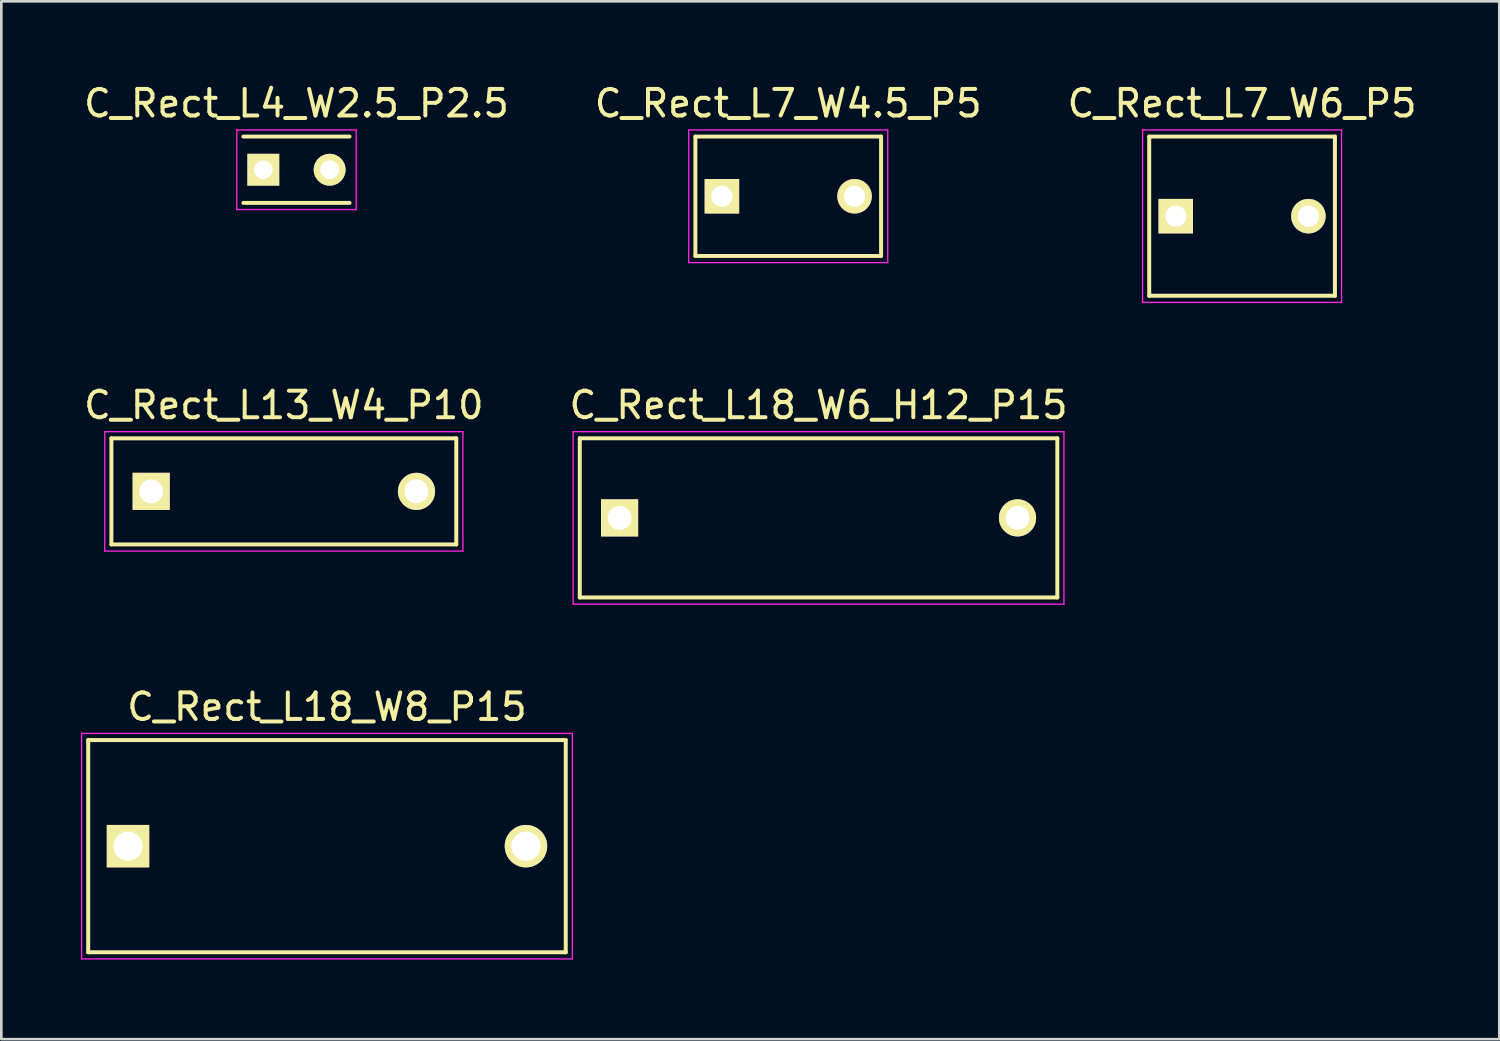
<source format=kicad_pcb>
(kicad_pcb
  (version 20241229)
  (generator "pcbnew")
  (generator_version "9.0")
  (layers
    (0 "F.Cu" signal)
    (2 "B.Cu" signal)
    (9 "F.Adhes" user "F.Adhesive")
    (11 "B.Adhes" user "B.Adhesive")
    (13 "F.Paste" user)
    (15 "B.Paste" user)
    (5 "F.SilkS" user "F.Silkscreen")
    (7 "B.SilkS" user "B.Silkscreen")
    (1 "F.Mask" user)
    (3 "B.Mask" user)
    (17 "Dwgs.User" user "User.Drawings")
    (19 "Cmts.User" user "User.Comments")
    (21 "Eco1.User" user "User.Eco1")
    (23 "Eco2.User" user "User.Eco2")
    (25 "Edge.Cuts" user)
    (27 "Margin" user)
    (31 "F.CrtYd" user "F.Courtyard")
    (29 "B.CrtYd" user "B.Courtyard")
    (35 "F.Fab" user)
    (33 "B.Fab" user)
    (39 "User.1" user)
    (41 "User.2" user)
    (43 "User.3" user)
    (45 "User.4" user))
  (footprint "C_Rect_L18_W8_P15"
    (layer "F.Cu")
    (at 1.775 28.845)
    (property "Reference" "C_Rect_L18_W8_P15" (at 7.5 -5.25 0) (layer "F.SilkS") (effects (font (size 1 1) (thickness 0.15))))
    (attr through_hole)
    (fp_line (start -1.5 -4) (end 16.5 -4) (stroke (width 0.15) (type solid)) (layer "F.SilkS"))
    (fp_line (start -1.5 4) (end -1.5 -4) (stroke (width 0.15) (type solid)) (layer "F.SilkS"))
    (fp_line (start 16.5 -4) (end 16.5 4) (stroke (width 0.15) (type solid)) (layer "F.SilkS"))
    (fp_line (start 16.5 4) (end -1.5 4) (stroke (width 0.15) (type solid)) (layer "F.SilkS"))
    (fp_line (start -1.75 -4.25) (end 16.75 -4.25) (stroke (width 0.05) (type solid)) (layer "F.CrtYd"))
    (fp_line (start -1.75 4.25) (end -1.75 -4.25) (stroke (width 0.05) (type solid)) (layer "F.CrtYd"))
    (fp_line (start 16.75 -4.25) (end 16.75 4.25) (stroke (width 0.05) (type solid)) (layer "F.CrtYd"))
    (fp_line (start 16.75 4.25) (end -1.75 4.25) (stroke (width 0.05) (type solid)) (layer "F.CrtYd"))
    (pad "1" thru_hole rect (at 0 0) (size 1.6 1.6) (drill 1.1) (layers "*.Cu" "*.Mask" "F.SilkS"))
    (pad "2" thru_hole circle (at 15 0) (size 1.6 1.6) (drill 1.1) (layers "*.Cu" "*.Mask" "F.SilkS")))
  (footprint "C_Rect_L7_W6_P5"
    (layer "F.Cu")
    (at 41.268 5.098)
    (property "Reference" "C_Rect_L7_W6_P5" (at 2.5 -4.25 0) (layer "F.SilkS") (effects (font (size 1 1) (thickness 0.15))))
    (attr through_hole)
    (fp_line (start -1 -3) (end 6 -3) (stroke (width 0.15) (type solid)) (layer "F.SilkS"))
    (fp_line (start -1 3) (end -1 -3) (stroke (width 0.15) (type solid)) (layer "F.SilkS"))
    (fp_line (start 6 -3) (end 6 3) (stroke (width 0.15) (type solid)) (layer "F.SilkS"))
    (fp_line (start 6 3) (end -1 3) (stroke (width 0.15) (type solid)) (layer "F.SilkS"))
    (fp_line (start -1.25 -3.25) (end 6.25 -3.25) (stroke (width 0.05) (type solid)) (layer "F.CrtYd"))
    (fp_line (start -1.25 3.25) (end -1.25 -3.25) (stroke (width 0.05) (type solid)) (layer "F.CrtYd"))
    (fp_line (start 6.25 -3.25) (end 6.25 3.25) (stroke (width 0.05) (type solid)) (layer "F.CrtYd"))
    (fp_line (start 6.25 3.25) (end -1.25 3.25) (stroke (width 0.05) (type solid)) (layer "F.CrtYd"))
    (pad "1" thru_hole rect (at 0 0) (size 1.3 1.3) (drill 0.8) (layers "*.Cu" "*.Mask" "F.SilkS"))
    (pad "2" thru_hole circle (at 5 0) (size 1.3 1.3) (drill 0.8) (layers "*.Cu" "*.Mask" "F.SilkS")))
  (footprint "C_Rect_L7_W4.5_P5"
    (layer "F.Cu")
    (at 24.161 4.348)
    (property "Reference" "C_Rect_L7_W4.5_P5" (at 2.5 -3.5 0) (layer "F.SilkS") (effects (font (size 1 1) (thickness 0.15))))
    (attr through_hole)
    (fp_line (start -1 -2.25) (end 6 -2.25) (stroke (width 0.15) (type solid)) (layer "F.SilkS"))
    (fp_line (start -1 2.25) (end -1 -2.25) (stroke (width 0.15) (type solid)) (layer "F.SilkS"))
    (fp_line (start 6 -2.25) (end 6 2.25) (stroke (width 0.15) (type solid)) (layer "F.SilkS"))
    (fp_line (start 6 2.25) (end -1 2.25) (stroke (width 0.15) (type solid)) (layer "F.SilkS"))
    (fp_line (start -1.25 -2.5) (end 6.25 -2.5) (stroke (width 0.05) (type solid)) (layer "F.CrtYd"))
    (fp_line (start -1.25 2.5) (end -1.25 -2.5) (stroke (width 0.05) (type solid)) (layer "F.CrtYd"))
    (fp_line (start 6.25 -2.5) (end 6.25 2.5) (stroke (width 0.05) (type solid)) (layer "F.CrtYd"))
    (fp_line (start 6.25 2.5) (end -1.25 2.5) (stroke (width 0.05) (type solid)) (layer "F.CrtYd"))
    (pad "1" thru_hole rect (at 0 0) (size 1.3 1.3) (drill 0.8) (layers "*.Cu" "*.Mask" "F.SilkS"))
    (pad "2" thru_hole circle (at 5 0) (size 1.3 1.3) (drill 0.8) (layers "*.Cu" "*.Mask" "F.SilkS")))
  (footprint "C_Rect_L18_W6_H12_P15"
    (layer "F.Cu")
    (at 20.304 16.471)
    (property "Reference" "C_Rect_L18_W6_H12_P15" (at 7.5 -4.25 0) (layer "F.SilkS") (effects (font (size 1 1) (thickness 0.15))))
    (attr through_hole)
    (fp_line (start -1.5 -3) (end 16.5 -3) (stroke (width 0.15) (type solid)) (layer "F.SilkS"))
    (fp_line (start -1.5 3) (end -1.5 -3) (stroke (width 0.15) (type solid)) (layer "F.SilkS"))
    (fp_line (start 16.5 -3) (end 16.5 3) (stroke (width 0.15) (type solid)) (layer "F.SilkS"))
    (fp_line (start 16.5 3) (end -1.5 3) (stroke (width 0.15) (type solid)) (layer "F.SilkS"))
    (fp_line (start -1.75 -3.25) (end 16.75 -3.25) (stroke (width 0.05) (type solid)) (layer "F.CrtYd"))
    (fp_line (start -1.75 3.25) (end -1.75 -3.25) (stroke (width 0.05) (type solid)) (layer "F.CrtYd"))
    (fp_line (start 16.75 -3.25) (end 16.75 3.25) (stroke (width 0.05) (type solid)) (layer "F.CrtYd"))
    (fp_line (start 16.75 3.25) (end -1.75 3.25) (stroke (width 0.05) (type solid)) (layer "F.CrtYd"))
    (pad "1" thru_hole rect (at 0 0) (size 1.4 1.4) (drill 0.9) (layers "*.Cu" "*.Mask" "F.SilkS"))
    (pad "2" thru_hole circle (at 15 0) (size 1.4 1.4) (drill 0.9) (layers "*.Cu" "*.Mask" "F.SilkS")))
  (footprint "C_Rect_L4_W2.5_P2.5"
    (layer "F.Cu")
    (at 6.875 3.348)
    (property "Reference" "C_Rect_L4_W2.5_P2.5" (at 1.25 -2.5 0) (layer "F.SilkS") (effects (font (size 1 1) (thickness 0.15))))
    (attr through_hole)
    (fp_line (start -0.75 -1.25) (end 3.25 -1.25) (stroke (width 0.15) (type solid)) (layer "F.SilkS"))
    (fp_line (start -0.75 1.25) (end 3.25 1.25) (stroke (width 0.15) (type solid)) (layer "F.SilkS"))
    (fp_line (start -1 -1.5) (end 3.5 -1.5) (stroke (width 0.05) (type solid)) (layer "F.CrtYd"))
    (fp_line (start -1 1.5) (end -1 -1.5) (stroke (width 0.05) (type solid)) (layer "F.CrtYd"))
    (fp_line (start 3.5 -1.5) (end 3.5 1.5) (stroke (width 0.05) (type solid)) (layer "F.CrtYd"))
    (fp_line (start 3.5 1.5) (end -1 1.5) (stroke (width 0.05) (type solid)) (layer "F.CrtYd"))
    (pad "1" thru_hole rect (at 0 0) (size 1.2 1.2) (drill 0.7) (layers "*.Cu" "*.Mask" "F.SilkS"))
    (pad "2" thru_hole circle (at 2.5 0) (size 1.2 1.2) (drill 0.7) (layers "*.Cu" "*.Mask" "F.SilkS")))
  (footprint "C_Rect_L13_W4_P10"
    (layer "F.Cu")
    (at 2.649 15.472)
    (property "Reference" "C_Rect_L13_W4_P10" (at 5 -3.25 0) (layer "F.SilkS") (effects (font (size 1 1) (thickness 0.15))))
    (attr through_hole)
    (fp_line (start -1.5 -2) (end 11.5 -2) (stroke (width 0.15) (type solid)) (layer "F.SilkS"))
    (fp_line (start -1.5 2) (end -1.5 -2) (stroke (width 0.15) (type solid)) (layer "F.SilkS"))
    (fp_line (start 11.5 -2) (end 11.5 2) (stroke (width 0.15) (type solid)) (layer "F.SilkS"))
    (fp_line (start 11.5 2) (end -1.5 2) (stroke (width 0.15) (type solid)) (layer "F.SilkS"))
    (fp_line (start -1.75 -2.25) (end 11.75 -2.25) (stroke (width 0.05) (type solid)) (layer "F.CrtYd"))
    (fp_line (start -1.75 2.25) (end -1.75 -2.25) (stroke (width 0.05) (type solid)) (layer "F.CrtYd"))
    (fp_line (start 11.75 -2.25) (end 11.75 2.25) (stroke (width 0.05) (type solid)) (layer "F.CrtYd"))
    (fp_line (start 11.75 2.25) (end -1.75 2.25) (stroke (width 0.05) (type solid)) (layer "F.CrtYd"))
    (pad "1" thru_hole rect (at 0 0) (size 1.4 1.4) (drill 0.9) (layers "*.Cu" "*.Mask" "F.SilkS"))
    (pad "2" thru_hole circle (at 10 0) (size 1.4 1.4) (drill 0.9) (layers "*.Cu" "*.Mask" "F.SilkS")))
  (gr_rect
    (start -3 -3)
    (end 53.464 36.12)
    (stroke (width 0.1) (type default))
    (fill no)
    (layer "Edge.Cuts")))
</source>
